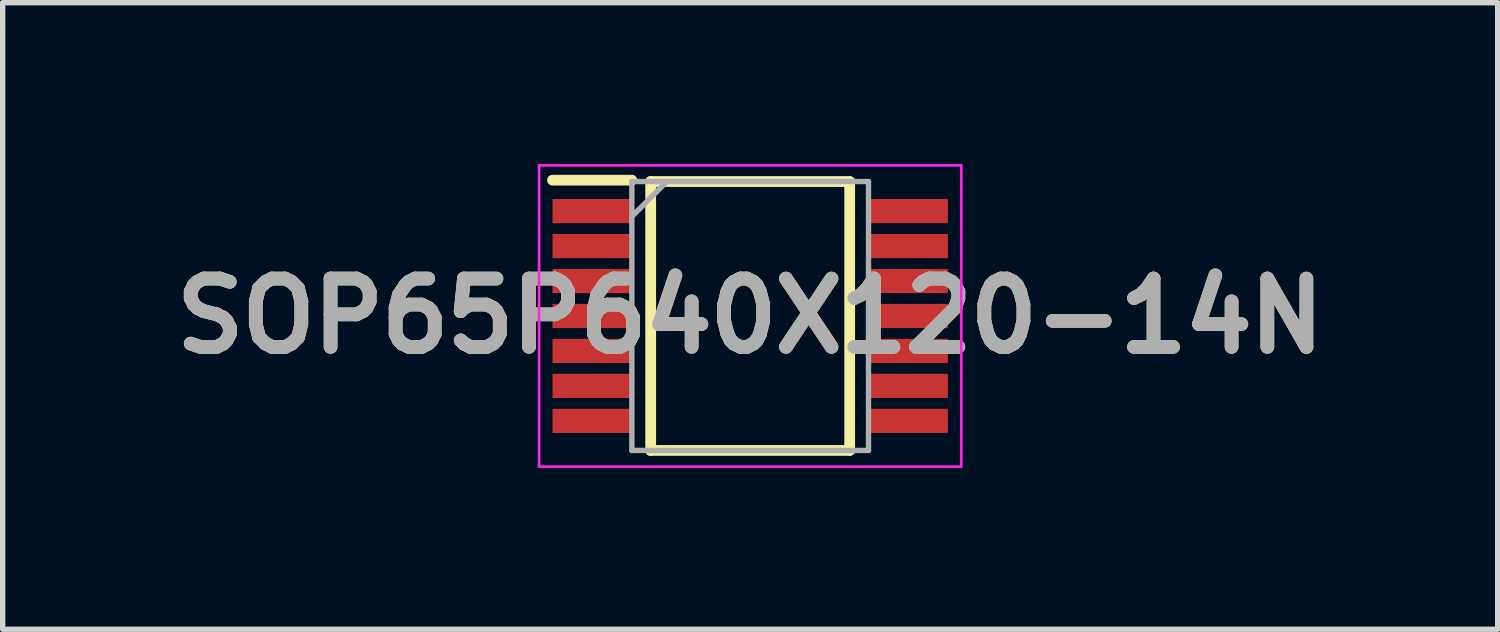
<source format=kicad_pcb>
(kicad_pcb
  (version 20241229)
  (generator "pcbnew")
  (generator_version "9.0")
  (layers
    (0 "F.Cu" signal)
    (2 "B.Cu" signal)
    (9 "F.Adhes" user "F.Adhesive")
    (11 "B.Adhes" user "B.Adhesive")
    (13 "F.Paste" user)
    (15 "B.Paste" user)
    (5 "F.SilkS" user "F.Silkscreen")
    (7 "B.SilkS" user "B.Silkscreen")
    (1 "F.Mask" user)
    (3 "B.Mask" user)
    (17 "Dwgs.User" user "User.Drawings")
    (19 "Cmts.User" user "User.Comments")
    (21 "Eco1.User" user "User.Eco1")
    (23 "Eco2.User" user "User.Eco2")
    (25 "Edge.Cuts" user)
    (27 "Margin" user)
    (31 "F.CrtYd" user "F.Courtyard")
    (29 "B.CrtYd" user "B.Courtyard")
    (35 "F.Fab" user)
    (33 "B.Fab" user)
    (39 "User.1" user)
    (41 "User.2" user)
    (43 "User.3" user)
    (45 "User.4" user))
  (footprint "SOP65P640X120-14N"
    (layer "F.Cu")
    (at 10.898 2.825)
    (property "Reference" "SOP65P640X120-14N" (at 0 0 0) (layer "F.SilkS") (effects (font (size 1.27 1.27) (thickness 0.254))))
    (attr smd)
    (fp_line (start -3.675 -2.525) (end -2.2 -2.525) (stroke (width 0.2) (type solid)) (layer "F.SilkS"))
    (fp_line (start -1.85 -2.5) (end 1.85 -2.5) (stroke (width 0.2) (type solid)) (layer "F.SilkS"))
    (fp_line (start -1.85 2.5) (end -1.85 -2.5) (stroke (width 0.2) (type solid)) (layer "F.SilkS"))
    (fp_line (start 1.85 -2.5) (end 1.85 2.5) (stroke (width 0.2) (type solid)) (layer "F.SilkS"))
    (fp_line (start 1.85 2.5) (end -1.85 2.5) (stroke (width 0.2) (type solid)) (layer "F.SilkS"))
    (fp_line (start -3.925 -2.8) (end 3.925 -2.8) (stroke (width 0.05) (type solid)) (layer "F.CrtYd"))
    (fp_line (start -3.925 2.8) (end -3.925 -2.8) (stroke (width 0.05) (type solid)) (layer "F.CrtYd"))
    (fp_line (start 3.925 -2.8) (end 3.925 2.8) (stroke (width 0.05) (type solid)) (layer "F.CrtYd"))
    (fp_line (start 3.925 2.8) (end -3.925 2.8) (stroke (width 0.05) (type solid)) (layer "F.CrtYd"))
    (fp_line (start -2.2 -2.5) (end 2.2 -2.5) (stroke (width 0.1) (type solid)) (layer "F.Fab"))
    (fp_line (start -2.2 -1.85) (end -1.55 -2.5) (stroke (width 0.1) (type solid)) (layer "F.Fab"))
    (fp_line (start -2.2 2.5) (end -2.2 -2.5) (stroke (width 0.1) (type solid)) (layer "F.Fab"))
    (fp_line (start 2.2 -2.5) (end 2.2 2.5) (stroke (width 0.1) (type solid)) (layer "F.Fab"))
    (fp_line (start 2.2 2.5) (end -2.2 2.5) (stroke (width 0.1) (type solid)) (layer "F.Fab"))
    (fp_text user "${REFERENCE}" (at 0 0 0) (layer "F.Fab") (effects (font (size 1.27 1.27) (thickness 0.254))))
    (pad "1" smd rect (at -2.938 -1.95 90) (size 0.45 1.475) (layers "F.Cu" "F.Mask" "F.Paste"))
    (pad "2" smd rect (at -2.938 -1.3 90) (size 0.45 1.475) (layers "F.Cu" "F.Mask" "F.Paste"))
    (pad "3" smd rect (at -2.938 -0.65 90) (size 0.45 1.475) (layers "F.Cu" "F.Mask" "F.Paste"))
    (pad "4" smd rect (at -2.938 0 90) (size 0.45 1.475) (layers "F.Cu" "F.Mask" "F.Paste"))
    (pad "5" smd rect (at -2.938 0.65 90) (size 0.45 1.475) (layers "F.Cu" "F.Mask" "F.Paste"))
    (pad "6" smd rect (at -2.938 1.3 90) (size 0.45 1.475) (layers "F.Cu" "F.Mask" "F.Paste"))
    (pad "7" smd rect (at -2.938 1.95 90) (size 0.45 1.475) (layers "F.Cu" "F.Mask" "F.Paste"))
    (pad "8" smd rect (at 2.938 1.95 90) (size 0.45 1.475) (layers "F.Cu" "F.Mask" "F.Paste"))
    (pad "9" smd rect (at 2.938 1.3 90) (size 0.45 1.475) (layers "F.Cu" "F.Mask" "F.Paste"))
    (pad "10" smd rect (at 2.938 0.65 90) (size 0.45 1.475) (layers "F.Cu" "F.Mask" "F.Paste"))
    (pad "11" smd rect (at 2.938 0 90) (size 0.45 1.475) (layers "F.Cu" "F.Mask" "F.Paste"))
    (pad "12" smd rect (at 2.938 -0.65 90) (size 0.45 1.475) (layers "F.Cu" "F.Mask" "F.Paste"))
    (pad "13" smd rect (at 2.938 -1.3 90) (size 0.45 1.475) (layers "F.Cu" "F.Mask" "F.Paste"))
    (pad "14" smd rect (at 2.938 -1.95 90) (size 0.45 1.475) (layers "F.Cu" "F.Mask" "F.Paste")))
  (gr_rect
    (start -3 -3)
    (end 24.796 8.65)
    (stroke (width 0.1) (type default))
    (fill no)
    (layer "Edge.Cuts")))
</source>
